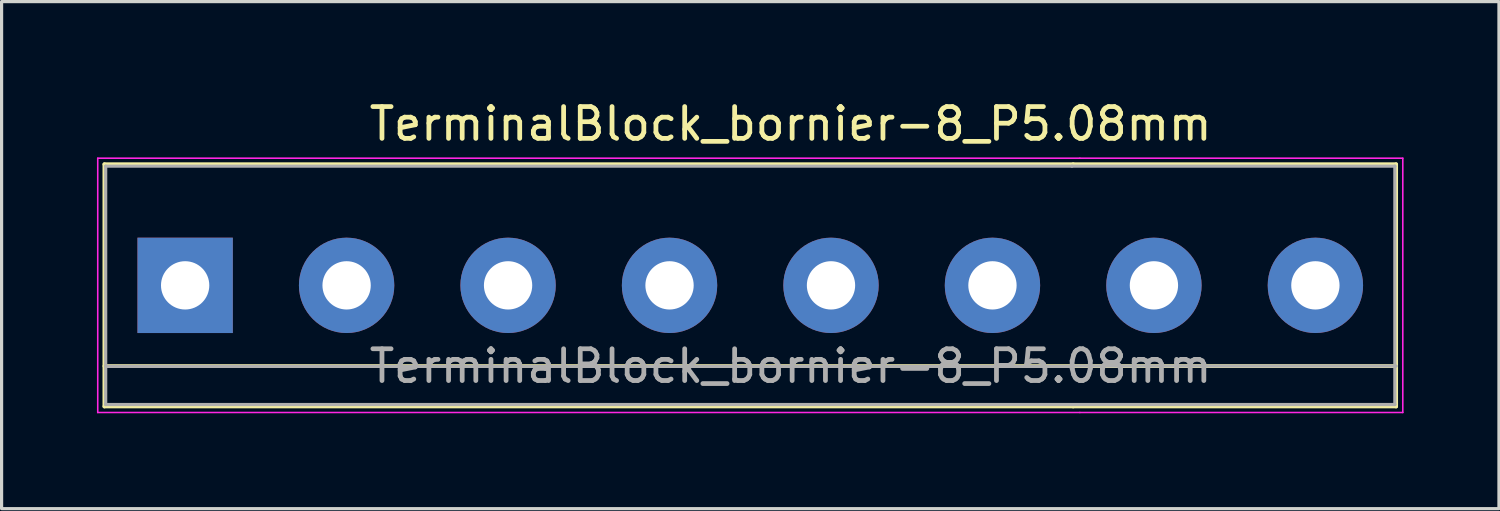
<source format=kicad_pcb>
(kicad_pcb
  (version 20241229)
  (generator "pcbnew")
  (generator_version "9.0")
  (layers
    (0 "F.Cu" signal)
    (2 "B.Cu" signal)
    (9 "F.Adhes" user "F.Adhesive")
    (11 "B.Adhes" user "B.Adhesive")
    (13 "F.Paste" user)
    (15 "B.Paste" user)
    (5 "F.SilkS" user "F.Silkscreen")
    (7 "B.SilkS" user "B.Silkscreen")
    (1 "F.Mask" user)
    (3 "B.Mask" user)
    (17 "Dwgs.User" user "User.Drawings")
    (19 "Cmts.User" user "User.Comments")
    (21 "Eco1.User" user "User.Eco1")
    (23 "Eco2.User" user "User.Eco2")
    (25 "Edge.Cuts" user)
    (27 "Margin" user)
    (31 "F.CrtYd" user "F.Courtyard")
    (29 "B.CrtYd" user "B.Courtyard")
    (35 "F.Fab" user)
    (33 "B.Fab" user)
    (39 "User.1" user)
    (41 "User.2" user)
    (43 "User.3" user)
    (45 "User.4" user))
  (footprint "TerminalBlock_bornier-8_P5.08mm"
    (layer "F.Cu")
    (at 2.775 5.928)
    (property "Reference" "TerminalBlock_bornier-8_P5.08mm" (at 19.05 -5.08 0) (layer "F.SilkS") (effects (font (size 1 1) (thickness 0.15))))
    (attr through_hole)
    (fp_line (start -2.54 -3.81) (end -2.54 3.81) (stroke (width 0.12) (type solid)) (layer "F.SilkS"))
    (fp_line (start -2.54 -3.81) (end 27.94 -3.81) (stroke (width 0.12) (type solid)) (layer "F.SilkS"))
    (fp_line (start -2.54 2.54) (end 27.94 2.54) (stroke (width 0.12) (type solid)) (layer "F.SilkS"))
    (fp_line (start -2.54 3.81) (end 27.94 3.81) (stroke (width 0.12) (type solid)) (layer "F.SilkS"))
    (fp_line (start 27.94 -3.81) (end 38.1 -3.81) (stroke (width 0.12) (type solid)) (layer "F.SilkS"))
    (fp_line (start 27.94 2.54) (end 38.1 2.54) (stroke (width 0.12) (type solid)) (layer "F.SilkS"))
    (fp_line (start 27.94 3.81) (end 38.1 3.81) (stroke (width 0.12) (type solid)) (layer "F.SilkS"))
    (fp_line (start 38.1 3.81) (end 38.1 -3.81) (stroke (width 0.12) (type solid)) (layer "F.SilkS"))
    (fp_line (start -2.75 -4) (end -2.75 4) (stroke (width 0.05) (type solid)) (layer "F.CrtYd"))
    (fp_line (start -2.75 -4) (end 28.15 -4) (stroke (width 0.05) (type solid)) (layer "F.CrtYd"))
    (fp_line (start 28.15 -4) (end 38.31 -4) (stroke (width 0.05) (type solid)) (layer "F.CrtYd"))
    (fp_line (start 28.15 4) (end -2.75 4) (stroke (width 0.05) (type solid)) (layer "F.CrtYd"))
    (fp_line (start 28.15 4) (end 38.31 4) (stroke (width 0.05) (type solid)) (layer "F.CrtYd"))
    (fp_line (start 38.31 4) (end 38.31 -4) (stroke (width 0.05) (type solid)) (layer "F.CrtYd"))
    (fp_line (start -2.5 -3.75) (end -2.5 3.75) (stroke (width 0.1) (type solid)) (layer "F.Fab"))
    (fp_line (start -2.5 2.55) (end 27.9 2.55) (stroke (width 0.1) (type solid)) (layer "F.Fab"))
    (fp_line (start -2.5 3.75) (end 27.9 3.75) (stroke (width 0.1) (type solid)) (layer "F.Fab"))
    (fp_line (start 27.9 -3.75) (end -2.5 -3.75) (stroke (width 0.1) (type solid)) (layer "F.Fab"))
    (fp_line (start 27.9 -3.75) (end 38.06 -3.75) (stroke (width 0.1) (type solid)) (layer "F.Fab"))
    (fp_line (start 27.9 3.75) (end 38.06 3.75) (stroke (width 0.1) (type solid)) (layer "F.Fab"))
    (fp_line (start 27.94 2.54) (end 38.1 2.54) (stroke (width 0.1) (type solid)) (layer "F.Fab"))
    (fp_line (start 38.06 3.75) (end 38.06 -3.75) (stroke (width 0.1) (type solid)) (layer "F.Fab"))
    (fp_text user "${REFERENCE}" (at 19.05 2.54 0) (layer "F.Fab") (effects (font (size 1 1) (thickness 0.15))))
    (pad "1" thru_hole rect (at 0 0) (size 3 3) (drill 1.52) (layers "*.Cu" "*.Mask"))
    (pad "2" thru_hole circle (at 5.08 0) (size 3 3) (drill 1.52) (layers "*.Cu" "*.Mask"))
    (pad "3" thru_hole circle (at 10.16 0) (size 3 3) (drill 1.52) (layers "*.Cu" "*.Mask"))
    (pad "4" thru_hole circle (at 15.24 0) (size 3 3) (drill 1.52) (layers "*.Cu" "*.Mask"))
    (pad "5" thru_hole circle (at 20.32 0) (size 3 3) (drill 1.52) (layers "*.Cu" "*.Mask"))
    (pad "6" thru_hole circle (at 25.4 0) (size 3 3) (drill 1.52) (layers "*.Cu" "*.Mask"))
    (pad "7" thru_hole circle (at 30.48 0) (size 3 3) (drill 1.52) (layers "*.Cu" "*.Mask"))
    (pad "8" thru_hole circle (at 35.56 0) (size 3 3) (drill 1.52) (layers "*.Cu" "*.Mask")))
  (gr_rect
    (start -3 -3)
    (end 44.11 12.953)
    (stroke (width 0.1) (type default))
    (fill no)
    (layer "Edge.Cuts")))
</source>
